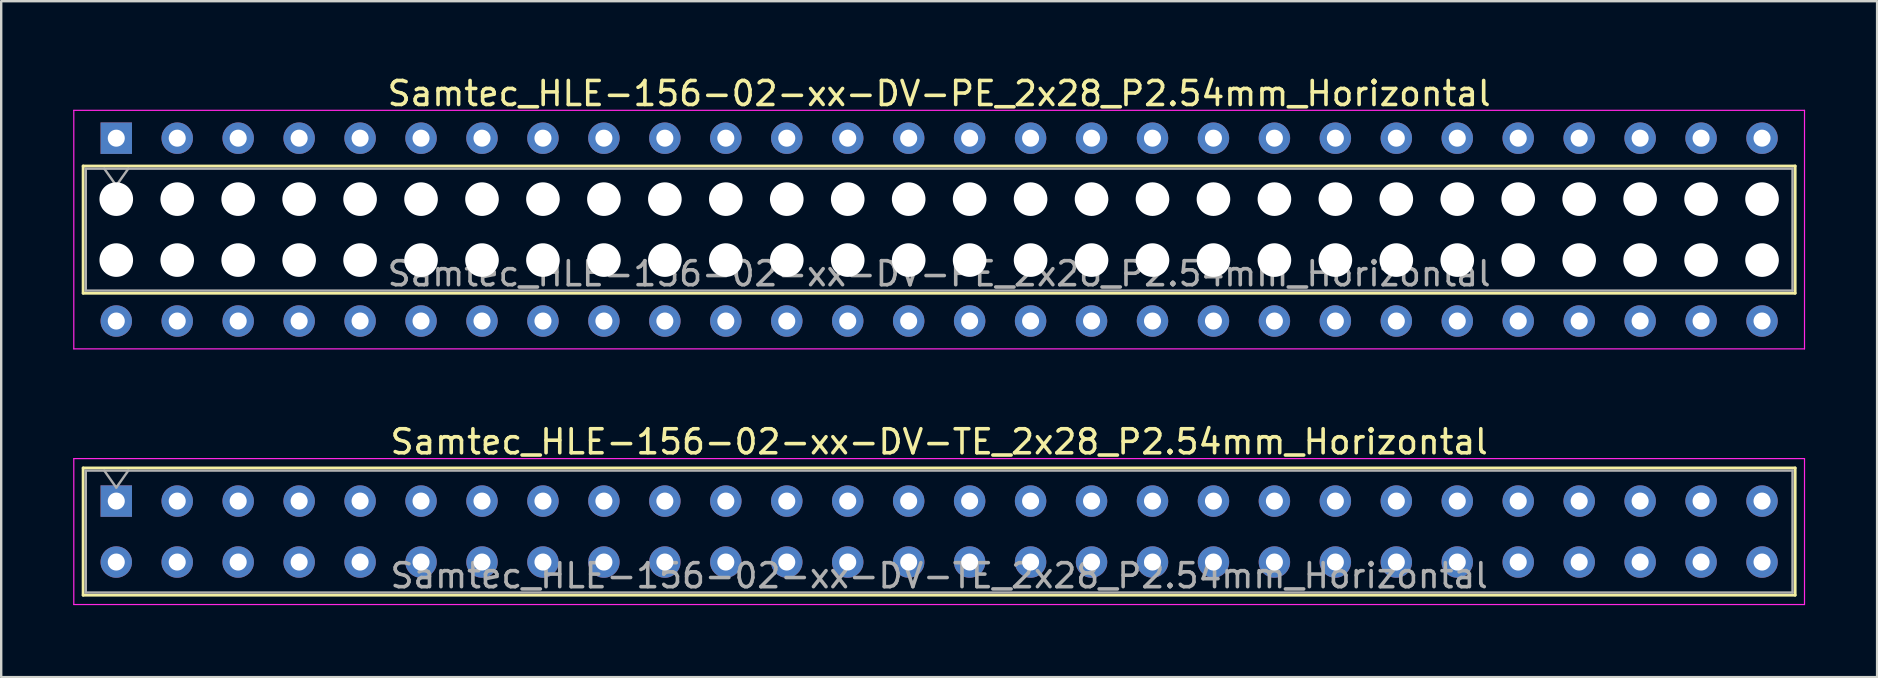
<source format=kicad_pcb>
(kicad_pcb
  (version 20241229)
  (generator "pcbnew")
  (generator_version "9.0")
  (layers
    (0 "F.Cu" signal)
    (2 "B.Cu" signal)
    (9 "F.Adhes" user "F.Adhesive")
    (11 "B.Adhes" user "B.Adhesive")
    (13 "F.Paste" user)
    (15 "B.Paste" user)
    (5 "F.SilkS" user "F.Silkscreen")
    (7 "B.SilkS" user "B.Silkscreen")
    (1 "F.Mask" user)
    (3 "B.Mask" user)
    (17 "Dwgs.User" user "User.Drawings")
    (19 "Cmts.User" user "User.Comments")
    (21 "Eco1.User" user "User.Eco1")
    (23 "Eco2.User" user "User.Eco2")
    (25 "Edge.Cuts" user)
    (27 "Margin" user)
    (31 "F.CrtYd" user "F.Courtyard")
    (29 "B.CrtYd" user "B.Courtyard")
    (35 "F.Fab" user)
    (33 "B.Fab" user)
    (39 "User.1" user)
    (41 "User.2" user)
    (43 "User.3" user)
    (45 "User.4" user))
  (footprint "Samtec_HLE-156-02-xx-DV-PE_2x28_P2.54mm_Horizontal"
    (layer "F.Cu")
    (at 1.795 2.708)
    (property "Reference" "Samtec_HLE-156-02-xx-DV-PE_2x28_P2.54mm_Horizontal" (at 34.29 -1.86 0) (layer "F.SilkS") (effects (font (size 1 1) (thickness 0.15))))
    (attr through_hole)
    (fp_line (start -1.38 1.16) (end 69.96 1.16) (stroke (width 0.12) (type solid)) (layer "F.SilkS"))
    (fp_line (start -1.38 6.46) (end -1.38 1.16) (stroke (width 0.12) (type solid)) (layer "F.SilkS"))
    (fp_line (start 69.96 1.16) (end 69.96 6.46) (stroke (width 0.12) (type solid)) (layer "F.SilkS"))
    (fp_line (start 69.96 6.46) (end -1.38 6.46) (stroke (width 0.12) (type solid)) (layer "F.SilkS"))
    (fp_line (start -1.77 -1.16) (end 70.35 -1.16) (stroke (width 0.05) (type solid)) (layer "F.CrtYd"))
    (fp_line (start -1.77 8.78) (end -1.77 -1.16) (stroke (width 0.05) (type solid)) (layer "F.CrtYd"))
    (fp_line (start 70.35 -1.16) (end 70.35 8.78) (stroke (width 0.05) (type solid)) (layer "F.CrtYd"))
    (fp_line (start 70.35 8.78) (end -1.77 8.78) (stroke (width 0.05) (type solid)) (layer "F.CrtYd"))
    (fp_line (start -1.27 1.27) (end 69.85 1.27) (stroke (width 0.1) (type solid)) (layer "F.Fab"))
    (fp_line (start -1.27 6.35) (end -1.27 1.27) (stroke (width 0.1) (type solid)) (layer "F.Fab"))
    (fp_line (start -0.5 1.27) (end 0 1.977) (stroke (width 0.1) (type solid)) (layer "F.Fab"))
    (fp_line (start 0 1.977) (end 0.5 1.27) (stroke (width 0.1) (type solid)) (layer "F.Fab"))
    (fp_line (start 69.85 1.27) (end 69.85 6.35) (stroke (width 0.1) (type solid)) (layer "F.Fab"))
    (fp_line (start 69.85 6.35) (end -1.27 6.35) (stroke (width 0.1) (type solid)) (layer "F.Fab"))
    (fp_text user "${REFERENCE}" (at 34.29 5.65 0) (layer "F.Fab") (effects (font (size 1 1) (thickness 0.15))))
    (pad "" np_thru_hole circle (at 0 2.54) (size 1.4 1.4) (drill 1.4) (layers "*.Cu" "*.Mask"))
    (pad "" np_thru_hole circle (at 0 5.08) (size 1.4 1.4) (drill 1.4) (layers "*.Cu" "*.Mask"))
    (pad "" np_thru_hole circle (at 2.54 2.54) (size 1.4 1.4) (drill 1.4) (layers "*.Cu" "*.Mask"))
    (pad "" np_thru_hole circle (at 2.54 5.08) (size 1.4 1.4) (drill 1.4) (layers "*.Cu" "*.Mask"))
    (pad "" np_thru_hole circle (at 5.08 2.54) (size 1.4 1.4) (drill 1.4) (layers "*.Cu" "*.Mask"))
    (pad "" np_thru_hole circle (at 5.08 5.08) (size 1.4 1.4) (drill 1.4) (layers "*.Cu" "*.Mask"))
    (pad "" np_thru_hole circle (at 7.62 2.54) (size 1.4 1.4) (drill 1.4) (layers "*.Cu" "*.Mask"))
    (pad "" np_thru_hole circle (at 7.62 5.08) (size 1.4 1.4) (drill 1.4) (layers "*.Cu" "*.Mask"))
    (pad "" np_thru_hole circle (at 10.16 2.54) (size 1.4 1.4) (drill 1.4) (layers "*.Cu" "*.Mask"))
    (pad "" np_thru_hole circle (at 10.16 5.08) (size 1.4 1.4) (drill 1.4) (layers "*.Cu" "*.Mask"))
    (pad "" np_thru_hole circle (at 12.7 2.54) (size 1.4 1.4) (drill 1.4) (layers "*.Cu" "*.Mask"))
    (pad "" np_thru_hole circle (at 12.7 5.08) (size 1.4 1.4) (drill 1.4) (layers "*.Cu" "*.Mask"))
    (pad "" np_thru_hole circle (at 15.24 2.54) (size 1.4 1.4) (drill 1.4) (layers "*.Cu" "*.Mask"))
    (pad "" np_thru_hole circle (at 15.24 5.08) (size 1.4 1.4) (drill 1.4) (layers "*.Cu" "*.Mask"))
    (pad "" np_thru_hole circle (at 17.78 2.54) (size 1.4 1.4) (drill 1.4) (layers "*.Cu" "*.Mask"))
    (pad "" np_thru_hole circle (at 17.78 5.08) (size 1.4 1.4) (drill 1.4) (layers "*.Cu" "*.Mask"))
    (pad "" np_thru_hole circle (at 20.32 2.54) (size 1.4 1.4) (drill 1.4) (layers "*.Cu" "*.Mask"))
    (pad "" np_thru_hole circle (at 20.32 5.08) (size 1.4 1.4) (drill 1.4) (layers "*.Cu" "*.Mask"))
    (pad "" np_thru_hole circle (at 22.86 2.54) (size 1.4 1.4) (drill 1.4) (layers "*.Cu" "*.Mask"))
    (pad "" np_thru_hole circle (at 22.86 5.08) (size 1.4 1.4) (drill 1.4) (layers "*.Cu" "*.Mask"))
    (pad "" np_thru_hole circle (at 25.4 2.54) (size 1.4 1.4) (drill 1.4) (layers "*.Cu" "*.Mask"))
    (pad "" np_thru_hole circle (at 25.4 5.08) (size 1.4 1.4) (drill 1.4) (layers "*.Cu" "*.Mask"))
    (pad "" np_thru_hole circle (at 27.94 2.54) (size 1.4 1.4) (drill 1.4) (layers "*.Cu" "*.Mask"))
    (pad "" np_thru_hole circle (at 27.94 5.08) (size 1.4 1.4) (drill 1.4) (layers "*.Cu" "*.Mask"))
    (pad "" np_thru_hole circle (at 30.48 2.54) (size 1.4 1.4) (drill 1.4) (layers "*.Cu" "*.Mask"))
    (pad "" np_thru_hole circle (at 30.48 5.08) (size 1.4 1.4) (drill 1.4) (layers "*.Cu" "*.Mask"))
    (pad "" np_thru_hole circle (at 33.02 2.54) (size 1.4 1.4) (drill 1.4) (layers "*.Cu" "*.Mask"))
    (pad "" np_thru_hole circle (at 33.02 5.08) (size 1.4 1.4) (drill 1.4) (layers "*.Cu" "*.Mask"))
    (pad "" np_thru_hole circle (at 35.56 2.54) (size 1.4 1.4) (drill 1.4) (layers "*.Cu" "*.Mask"))
    (pad "" np_thru_hole circle (at 35.56 5.08) (size 1.4 1.4) (drill 1.4) (layers "*.Cu" "*.Mask"))
    (pad "" np_thru_hole circle (at 38.1 2.54) (size 1.4 1.4) (drill 1.4) (layers "*.Cu" "*.Mask"))
    (pad "" np_thru_hole circle (at 38.1 5.08) (size 1.4 1.4) (drill 1.4) (layers "*.Cu" "*.Mask"))
    (pad "" np_thru_hole circle (at 40.64 2.54) (size 1.4 1.4) (drill 1.4) (layers "*.Cu" "*.Mask"))
    (pad "" np_thru_hole circle (at 40.64 5.08) (size 1.4 1.4) (drill 1.4) (layers "*.Cu" "*.Mask"))
    (pad "" np_thru_hole circle (at 43.18 2.54) (size 1.4 1.4) (drill 1.4) (layers "*.Cu" "*.Mask"))
    (pad "" np_thru_hole circle (at 43.18 5.08) (size 1.4 1.4) (drill 1.4) (layers "*.Cu" "*.Mask"))
    (pad "" np_thru_hole circle (at 45.72 2.54) (size 1.4 1.4) (drill 1.4) (layers "*.Cu" "*.Mask"))
    (pad "" np_thru_hole circle (at 45.72 5.08) (size 1.4 1.4) (drill 1.4) (layers "*.Cu" "*.Mask"))
    (pad "" np_thru_hole circle (at 48.26 2.54) (size 1.4 1.4) (drill 1.4) (layers "*.Cu" "*.Mask"))
    (pad "" np_thru_hole circle (at 48.26 5.08) (size 1.4 1.4) (drill 1.4) (layers "*.Cu" "*.Mask"))
    (pad "" np_thru_hole circle (at 50.8 2.54) (size 1.4 1.4) (drill 1.4) (layers "*.Cu" "*.Mask"))
    (pad "" np_thru_hole circle (at 50.8 5.08) (size 1.4 1.4) (drill 1.4) (layers "*.Cu" "*.Mask"))
    (pad "" np_thru_hole circle (at 53.34 2.54) (size 1.4 1.4) (drill 1.4) (layers "*.Cu" "*.Mask"))
    (pad "" np_thru_hole circle (at 53.34 5.08) (size 1.4 1.4) (drill 1.4) (layers "*.Cu" "*.Mask"))
    (pad "" np_thru_hole circle (at 55.88 2.54) (size 1.4 1.4) (drill 1.4) (layers "*.Cu" "*.Mask"))
    (pad "" np_thru_hole circle (at 55.88 5.08) (size 1.4 1.4) (drill 1.4) (layers "*.Cu" "*.Mask"))
    (pad "" np_thru_hole circle (at 58.42 2.54) (size 1.4 1.4) (drill 1.4) (layers "*.Cu" "*.Mask"))
    (pad "" np_thru_hole circle (at 58.42 5.08) (size 1.4 1.4) (drill 1.4) (layers "*.Cu" "*.Mask"))
    (pad "" np_thru_hole circle (at 60.96 2.54) (size 1.4 1.4) (drill 1.4) (layers "*.Cu" "*.Mask"))
    (pad "" np_thru_hole circle (at 60.96 5.08) (size 1.4 1.4) (drill 1.4) (layers "*.Cu" "*.Mask"))
    (pad "" np_thru_hole circle (at 63.5 2.54) (size 1.4 1.4) (drill 1.4) (layers "*.Cu" "*.Mask"))
    (pad "" np_thru_hole circle (at 63.5 5.08) (size 1.4 1.4) (drill 1.4) (layers "*.Cu" "*.Mask"))
    (pad "" np_thru_hole circle (at 66.04 2.54) (size 1.4 1.4) (drill 1.4) (layers "*.Cu" "*.Mask"))
    (pad "" np_thru_hole circle (at 66.04 5.08) (size 1.4 1.4) (drill 1.4) (layers "*.Cu" "*.Mask"))
    (pad "" np_thru_hole circle (at 68.58 2.54) (size 1.4 1.4) (drill 1.4) (layers "*.Cu" "*.Mask"))
    (pad "" np_thru_hole circle (at 68.58 5.08) (size 1.4 1.4) (drill 1.4) (layers "*.Cu" "*.Mask"))
    (pad "1" thru_hole rect (at 0 0) (size 1.31 1.31) (drill 0.71) (layers "*.Cu" "*.Mask"))
    (pad "2" thru_hole circle (at 0 7.62) (size 1.31 1.31) (drill 0.71) (layers "*.Cu" "*.Mask"))
    (pad "3" thru_hole circle (at 2.54 0) (size 1.31 1.31) (drill 0.71) (layers "*.Cu" "*.Mask"))
    (pad "4" thru_hole circle (at 2.54 7.62) (size 1.31 1.31) (drill 0.71) (layers "*.Cu" "*.Mask"))
    (pad "5" thru_hole circle (at 5.08 0) (size 1.31 1.31) (drill 0.71) (layers "*.Cu" "*.Mask"))
    (pad "6" thru_hole circle (at 5.08 7.62) (size 1.31 1.31) (drill 0.71) (layers "*.Cu" "*.Mask"))
    (pad "7" thru_hole circle (at 7.62 0) (size 1.31 1.31) (drill 0.71) (layers "*.Cu" "*.Mask"))
    (pad "8" thru_hole circle (at 7.62 7.62) (size 1.31 1.31) (drill 0.71) (layers "*.Cu" "*.Mask"))
    (pad "9" thru_hole circle (at 10.16 0) (size 1.31 1.31) (drill 0.71) (layers "*.Cu" "*.Mask"))
    (pad "10" thru_hole circle (at 10.16 7.62) (size 1.31 1.31) (drill 0.71) (layers "*.Cu" "*.Mask"))
    (pad "11" thru_hole circle (at 12.7 0) (size 1.31 1.31) (drill 0.71) (layers "*.Cu" "*.Mask"))
    (pad "12" thru_hole circle (at 12.7 7.62) (size 1.31 1.31) (drill 0.71) (layers "*.Cu" "*.Mask"))
    (pad "13" thru_hole circle (at 15.24 0) (size 1.31 1.31) (drill 0.71) (layers "*.Cu" "*.Mask"))
    (pad "14" thru_hole circle (at 15.24 7.62) (size 1.31 1.31) (drill 0.71) (layers "*.Cu" "*.Mask"))
    (pad "15" thru_hole circle (at 17.78 0) (size 1.31 1.31) (drill 0.71) (layers "*.Cu" "*.Mask"))
    (pad "16" thru_hole circle (at 17.78 7.62) (size 1.31 1.31) (drill 0.71) (layers "*.Cu" "*.Mask"))
    (pad "17" thru_hole circle (at 20.32 0) (size 1.31 1.31) (drill 0.71) (layers "*.Cu" "*.Mask"))
    (pad "18" thru_hole circle (at 20.32 7.62) (size 1.31 1.31) (drill 0.71) (layers "*.Cu" "*.Mask"))
    (pad "19" thru_hole circle (at 22.86 0) (size 1.31 1.31) (drill 0.71) (layers "*.Cu" "*.Mask"))
    (pad "20" thru_hole circle (at 22.86 7.62) (size 1.31 1.31) (drill 0.71) (layers "*.Cu" "*.Mask"))
    (pad "21" thru_hole circle (at 25.4 0) (size 1.31 1.31) (drill 0.71) (layers "*.Cu" "*.Mask"))
    (pad "22" thru_hole circle (at 25.4 7.62) (size 1.31 1.31) (drill 0.71) (layers "*.Cu" "*.Mask"))
    (pad "23" thru_hole circle (at 27.94 0) (size 1.31 1.31) (drill 0.71) (layers "*.Cu" "*.Mask"))
    (pad "24" thru_hole circle (at 27.94 7.62) (size 1.31 1.31) (drill 0.71) (layers "*.Cu" "*.Mask"))
    (pad "25" thru_hole circle (at 30.48 0) (size 1.31 1.31) (drill 0.71) (layers "*.Cu" "*.Mask"))
    (pad "26" thru_hole circle (at 30.48 7.62) (size 1.31 1.31) (drill 0.71) (layers "*.Cu" "*.Mask"))
    (pad "27" thru_hole circle (at 33.02 0) (size 1.31 1.31) (drill 0.71) (layers "*.Cu" "*.Mask"))
    (pad "28" thru_hole circle (at 33.02 7.62) (size 1.31 1.31) (drill 0.71) (layers "*.Cu" "*.Mask"))
    (pad "29" thru_hole circle (at 35.56 0) (size 1.31 1.31) (drill 0.71) (layers "*.Cu" "*.Mask"))
    (pad "30" thru_hole circle (at 35.56 7.62) (size 1.31 1.31) (drill 0.71) (layers "*.Cu" "*.Mask"))
    (pad "31" thru_hole circle (at 38.1 0) (size 1.31 1.31) (drill 0.71) (layers "*.Cu" "*.Mask"))
    (pad "32" thru_hole circle (at 38.1 7.62) (size 1.31 1.31) (drill 0.71) (layers "*.Cu" "*.Mask"))
    (pad "33" thru_hole circle (at 40.64 0) (size 1.31 1.31) (drill 0.71) (layers "*.Cu" "*.Mask"))
    (pad "34" thru_hole circle (at 40.64 7.62) (size 1.31 1.31) (drill 0.71) (layers "*.Cu" "*.Mask"))
    (pad "35" thru_hole circle (at 43.18 0) (size 1.31 1.31) (drill 0.71) (layers "*.Cu" "*.Mask"))
    (pad "36" thru_hole circle (at 43.18 7.62) (size 1.31 1.31) (drill 0.71) (layers "*.Cu" "*.Mask"))
    (pad "37" thru_hole circle (at 45.72 0) (size 1.31 1.31) (drill 0.71) (layers "*.Cu" "*.Mask"))
    (pad "38" thru_hole circle (at 45.72 7.62) (size 1.31 1.31) (drill 0.71) (layers "*.Cu" "*.Mask"))
    (pad "39" thru_hole circle (at 48.26 0) (size 1.31 1.31) (drill 0.71) (layers "*.Cu" "*.Mask"))
    (pad "40" thru_hole circle (at 48.26 7.62) (size 1.31 1.31) (drill 0.71) (layers "*.Cu" "*.Mask"))
    (pad "41" thru_hole circle (at 50.8 0) (size 1.31 1.31) (drill 0.71) (layers "*.Cu" "*.Mask"))
    (pad "42" thru_hole circle (at 50.8 7.62) (size 1.31 1.31) (drill 0.71) (layers "*.Cu" "*.Mask"))
    (pad "43" thru_hole circle (at 53.34 0) (size 1.31 1.31) (drill 0.71) (layers "*.Cu" "*.Mask"))
    (pad "44" thru_hole circle (at 53.34 7.62) (size 1.31 1.31) (drill 0.71) (layers "*.Cu" "*.Mask"))
    (pad "45" thru_hole circle (at 55.88 0) (size 1.31 1.31) (drill 0.71) (layers "*.Cu" "*.Mask"))
    (pad "46" thru_hole circle (at 55.88 7.62) (size 1.31 1.31) (drill 0.71) (layers "*.Cu" "*.Mask"))
    (pad "47" thru_hole circle (at 58.42 0) (size 1.31 1.31) (drill 0.71) (layers "*.Cu" "*.Mask"))
    (pad "48" thru_hole circle (at 58.42 7.62) (size 1.31 1.31) (drill 0.71) (layers "*.Cu" "*.Mask"))
    (pad "49" thru_hole circle (at 60.96 0) (size 1.31 1.31) (drill 0.71) (layers "*.Cu" "*.Mask"))
    (pad "50" thru_hole circle (at 60.96 7.62) (size 1.31 1.31) (drill 0.71) (layers "*.Cu" "*.Mask"))
    (pad "51" thru_hole circle (at 63.5 0) (size 1.31 1.31) (drill 0.71) (layers "*.Cu" "*.Mask"))
    (pad "52" thru_hole circle (at 63.5 7.62) (size 1.31 1.31) (drill 0.71) (layers "*.Cu" "*.Mask"))
    (pad "53" thru_hole circle (at 66.04 0) (size 1.31 1.31) (drill 0.71) (layers "*.Cu" "*.Mask"))
    (pad "54" thru_hole circle (at 66.04 7.62) (size 1.31 1.31) (drill 0.71) (layers "*.Cu" "*.Mask"))
    (pad "55" thru_hole circle (at 68.58 0) (size 1.31 1.31) (drill 0.71) (layers "*.Cu" "*.Mask"))
    (pad "56" thru_hole circle (at 68.58 7.62) (size 1.31 1.31) (drill 0.71) (layers "*.Cu" "*.Mask")))
  (footprint "Samtec_HLE-156-02-xx-DV-TE_2x28_P2.54mm_Horizontal"
    (layer "F.Cu")
    (at 1.795 17.831)
    (property "Reference" "Samtec_HLE-156-02-xx-DV-TE_2x28_P2.54mm_Horizontal" (at 34.29 -2.47 0) (layer "F.SilkS") (effects (font (size 1 1) (thickness 0.15))))
    (attr through_hole)
    (fp_line (start -1.38 -1.38) (end 69.96 -1.38) (stroke (width 0.12) (type solid)) (layer "F.SilkS"))
    (fp_line (start -1.38 3.92) (end -1.38 -1.38) (stroke (width 0.12) (type solid)) (layer "F.SilkS"))
    (fp_line (start 69.96 -1.38) (end 69.96 3.92) (stroke (width 0.12) (type solid)) (layer "F.SilkS"))
    (fp_line (start 69.96 3.92) (end -1.38 3.92) (stroke (width 0.12) (type solid)) (layer "F.SilkS"))
    (fp_line (start -1.77 -1.77) (end 70.35 -1.77) (stroke (width 0.05) (type solid)) (layer "F.CrtYd"))
    (fp_line (start -1.77 4.31) (end -1.77 -1.77) (stroke (width 0.05) (type solid)) (layer "F.CrtYd"))
    (fp_line (start 70.35 -1.77) (end 70.35 4.31) (stroke (width 0.05) (type solid)) (layer "F.CrtYd"))
    (fp_line (start 70.35 4.31) (end -1.77 4.31) (stroke (width 0.05) (type solid)) (layer "F.CrtYd"))
    (fp_line (start -1.27 -1.27) (end 69.85 -1.27) (stroke (width 0.1) (type solid)) (layer "F.Fab"))
    (fp_line (start -1.27 3.81) (end -1.27 -1.27) (stroke (width 0.1) (type solid)) (layer "F.Fab"))
    (fp_line (start -0.5 -1.27) (end 0 -0.563) (stroke (width 0.1) (type solid)) (layer "F.Fab"))
    (fp_line (start 0 -0.563) (end 0.5 -1.27) (stroke (width 0.1) (type solid)) (layer "F.Fab"))
    (fp_line (start 69.85 -1.27) (end 69.85 3.81) (stroke (width 0.1) (type solid)) (layer "F.Fab"))
    (fp_line (start 69.85 3.81) (end -1.27 3.81) (stroke (width 0.1) (type solid)) (layer "F.Fab"))
    (fp_text user "${REFERENCE}" (at 34.29 3.11 0) (layer "F.Fab") (effects (font (size 1 1) (thickness 0.15))))
    (pad "1" thru_hole rect (at 0 0) (size 1.31 1.31) (drill 0.71) (layers "*.Cu" "*.Mask"))
    (pad "2" thru_hole circle (at 0 2.54) (size 1.31 1.31) (drill 0.71) (layers "*.Cu" "*.Mask"))
    (pad "3" thru_hole circle (at 2.54 0) (size 1.31 1.31) (drill 0.71) (layers "*.Cu" "*.Mask"))
    (pad "4" thru_hole circle (at 2.54 2.54) (size 1.31 1.31) (drill 0.71) (layers "*.Cu" "*.Mask"))
    (pad "5" thru_hole circle (at 5.08 0) (size 1.31 1.31) (drill 0.71) (layers "*.Cu" "*.Mask"))
    (pad "6" thru_hole circle (at 5.08 2.54) (size 1.31 1.31) (drill 0.71) (layers "*.Cu" "*.Mask"))
    (pad "7" thru_hole circle (at 7.62 0) (size 1.31 1.31) (drill 0.71) (layers "*.Cu" "*.Mask"))
    (pad "8" thru_hole circle (at 7.62 2.54) (size 1.31 1.31) (drill 0.71) (layers "*.Cu" "*.Mask"))
    (pad "9" thru_hole circle (at 10.16 0) (size 1.31 1.31) (drill 0.71) (layers "*.Cu" "*.Mask"))
    (pad "10" thru_hole circle (at 10.16 2.54) (size 1.31 1.31) (drill 0.71) (layers "*.Cu" "*.Mask"))
    (pad "11" thru_hole circle (at 12.7 0) (size 1.31 1.31) (drill 0.71) (layers "*.Cu" "*.Mask"))
    (pad "12" thru_hole circle (at 12.7 2.54) (size 1.31 1.31) (drill 0.71) (layers "*.Cu" "*.Mask"))
    (pad "13" thru_hole circle (at 15.24 0) (size 1.31 1.31) (drill 0.71) (layers "*.Cu" "*.Mask"))
    (pad "14" thru_hole circle (at 15.24 2.54) (size 1.31 1.31) (drill 0.71) (layers "*.Cu" "*.Mask"))
    (pad "15" thru_hole circle (at 17.78 0) (size 1.31 1.31) (drill 0.71) (layers "*.Cu" "*.Mask"))
    (pad "16" thru_hole circle (at 17.78 2.54) (size 1.31 1.31) (drill 0.71) (layers "*.Cu" "*.Mask"))
    (pad "17" thru_hole circle (at 20.32 0) (size 1.31 1.31) (drill 0.71) (layers "*.Cu" "*.Mask"))
    (pad "18" thru_hole circle (at 20.32 2.54) (size 1.31 1.31) (drill 0.71) (layers "*.Cu" "*.Mask"))
    (pad "19" thru_hole circle (at 22.86 0) (size 1.31 1.31) (drill 0.71) (layers "*.Cu" "*.Mask"))
    (pad "20" thru_hole circle (at 22.86 2.54) (size 1.31 1.31) (drill 0.71) (layers "*.Cu" "*.Mask"))
    (pad "21" thru_hole circle (at 25.4 0) (size 1.31 1.31) (drill 0.71) (layers "*.Cu" "*.Mask"))
    (pad "22" thru_hole circle (at 25.4 2.54) (size 1.31 1.31) (drill 0.71) (layers "*.Cu" "*.Mask"))
    (pad "23" thru_hole circle (at 27.94 0) (size 1.31 1.31) (drill 0.71) (layers "*.Cu" "*.Mask"))
    (pad "24" thru_hole circle (at 27.94 2.54) (size 1.31 1.31) (drill 0.71) (layers "*.Cu" "*.Mask"))
    (pad "25" thru_hole circle (at 30.48 0) (size 1.31 1.31) (drill 0.71) (layers "*.Cu" "*.Mask"))
    (pad "26" thru_hole circle (at 30.48 2.54) (size 1.31 1.31) (drill 0.71) (layers "*.Cu" "*.Mask"))
    (pad "27" thru_hole circle (at 33.02 0) (size 1.31 1.31) (drill 0.71) (layers "*.Cu" "*.Mask"))
    (pad "28" thru_hole circle (at 33.02 2.54) (size 1.31 1.31) (drill 0.71) (layers "*.Cu" "*.Mask"))
    (pad "29" thru_hole circle (at 35.56 0) (size 1.31 1.31) (drill 0.71) (layers "*.Cu" "*.Mask"))
    (pad "30" thru_hole circle (at 35.56 2.54) (size 1.31 1.31) (drill 0.71) (layers "*.Cu" "*.Mask"))
    (pad "31" thru_hole circle (at 38.1 0) (size 1.31 1.31) (drill 0.71) (layers "*.Cu" "*.Mask"))
    (pad "32" thru_hole circle (at 38.1 2.54) (size 1.31 1.31) (drill 0.71) (layers "*.Cu" "*.Mask"))
    (pad "33" thru_hole circle (at 40.64 0) (size 1.31 1.31) (drill 0.71) (layers "*.Cu" "*.Mask"))
    (pad "34" thru_hole circle (at 40.64 2.54) (size 1.31 1.31) (drill 0.71) (layers "*.Cu" "*.Mask"))
    (pad "35" thru_hole circle (at 43.18 0) (size 1.31 1.31) (drill 0.71) (layers "*.Cu" "*.Mask"))
    (pad "36" thru_hole circle (at 43.18 2.54) (size 1.31 1.31) (drill 0.71) (layers "*.Cu" "*.Mask"))
    (pad "37" thru_hole circle (at 45.72 0) (size 1.31 1.31) (drill 0.71) (layers "*.Cu" "*.Mask"))
    (pad "38" thru_hole circle (at 45.72 2.54) (size 1.31 1.31) (drill 0.71) (layers "*.Cu" "*.Mask"))
    (pad "39" thru_hole circle (at 48.26 0) (size 1.31 1.31) (drill 0.71) (layers "*.Cu" "*.Mask"))
    (pad "40" thru_hole circle (at 48.26 2.54) (size 1.31 1.31) (drill 0.71) (layers "*.Cu" "*.Mask"))
    (pad "41" thru_hole circle (at 50.8 0) (size 1.31 1.31) (drill 0.71) (layers "*.Cu" "*.Mask"))
    (pad "42" thru_hole circle (at 50.8 2.54) (size 1.31 1.31) (drill 0.71) (layers "*.Cu" "*.Mask"))
    (pad "43" thru_hole circle (at 53.34 0) (size 1.31 1.31) (drill 0.71) (layers "*.Cu" "*.Mask"))
    (pad "44" thru_hole circle (at 53.34 2.54) (size 1.31 1.31) (drill 0.71) (layers "*.Cu" "*.Mask"))
    (pad "45" thru_hole circle (at 55.88 0) (size 1.31 1.31) (drill 0.71) (layers "*.Cu" "*.Mask"))
    (pad "46" thru_hole circle (at 55.88 2.54) (size 1.31 1.31) (drill 0.71) (layers "*.Cu" "*.Mask"))
    (pad "47" thru_hole circle (at 58.42 0) (size 1.31 1.31) (drill 0.71) (layers "*.Cu" "*.Mask"))
    (pad "48" thru_hole circle (at 58.42 2.54) (size 1.31 1.31) (drill 0.71) (layers "*.Cu" "*.Mask"))
    (pad "49" thru_hole circle (at 60.96 0) (size 1.31 1.31) (drill 0.71) (layers "*.Cu" "*.Mask"))
    (pad "50" thru_hole circle (at 60.96 2.54) (size 1.31 1.31) (drill 0.71) (layers "*.Cu" "*.Mask"))
    (pad "51" thru_hole circle (at 63.5 0) (size 1.31 1.31) (drill 0.71) (layers "*.Cu" "*.Mask"))
    (pad "52" thru_hole circle (at 63.5 2.54) (size 1.31 1.31) (drill 0.71) (layers "*.Cu" "*.Mask"))
    (pad "53" thru_hole circle (at 66.04 0) (size 1.31 1.31) (drill 0.71) (layers "*.Cu" "*.Mask"))
    (pad "54" thru_hole circle (at 66.04 2.54) (size 1.31 1.31) (drill 0.71) (layers "*.Cu" "*.Mask"))
    (pad "55" thru_hole circle (at 68.58 0) (size 1.31 1.31) (drill 0.71) (layers "*.Cu" "*.Mask"))
    (pad "56" thru_hole circle (at 68.58 2.54) (size 1.31 1.31) (drill 0.71) (layers "*.Cu" "*.Mask")))
  (gr_rect
    (start -3 -3)
    (end 75.17 25.166)
    (stroke (width 0.1) (type default))
    (fill no)
    (layer "Edge.Cuts")))
</source>
